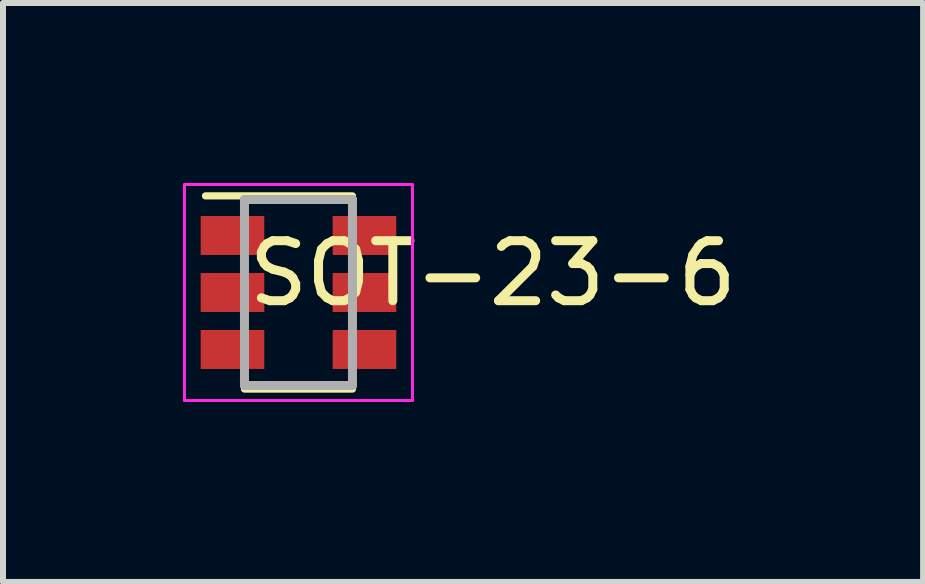
<source format=kicad_pcb>
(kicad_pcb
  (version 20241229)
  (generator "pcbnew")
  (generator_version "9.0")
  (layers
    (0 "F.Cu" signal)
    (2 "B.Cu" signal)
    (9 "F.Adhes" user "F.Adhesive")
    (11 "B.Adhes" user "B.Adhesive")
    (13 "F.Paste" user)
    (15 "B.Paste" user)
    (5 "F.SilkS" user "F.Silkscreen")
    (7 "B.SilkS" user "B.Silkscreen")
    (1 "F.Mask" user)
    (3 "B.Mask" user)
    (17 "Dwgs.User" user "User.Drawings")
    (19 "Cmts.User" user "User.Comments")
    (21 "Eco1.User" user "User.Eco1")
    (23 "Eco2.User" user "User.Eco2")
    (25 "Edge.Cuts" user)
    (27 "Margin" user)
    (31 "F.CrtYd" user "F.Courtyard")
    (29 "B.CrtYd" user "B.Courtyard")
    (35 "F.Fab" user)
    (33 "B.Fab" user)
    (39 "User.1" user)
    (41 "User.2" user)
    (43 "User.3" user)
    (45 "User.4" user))
  (footprint "SOT-23-6"
    (layer "F.Cu")
    (at 1.925 1.825)
    (property "Reference" "SOT-23-6" (at 3.239 -0.318 0) (layer "F.SilkS") (effects (font (size 1 1) (thickness 0.15))))
    (attr smd)
    (fp_line (start -0.9 1.61) (end 0.9 1.61) (stroke (width 0.12) (type solid)) (layer "F.SilkS"))
    (fp_line (start 0.9 -1.61) (end -1.55 -1.61) (stroke (width 0.12) (type solid)) (layer "F.SilkS"))
    (fp_line (start -1.9 -1.8) (end -1.9 1.8) (stroke (width 0.05) (type solid)) (layer "F.CrtYd"))
    (fp_line (start -1.9 1.8) (end 1.9 1.8) (stroke (width 0.05) (type solid)) (layer "F.CrtYd"))
    (fp_line (start 1.9 -1.8) (end -1.9 -1.8) (stroke (width 0.05) (type solid)) (layer "F.CrtYd"))
    (fp_line (start 1.9 1.8) (end 1.9 -1.8) (stroke (width 0.05) (type solid)) (layer "F.CrtYd"))
    (fp_line (start -0.9 -1.55) (end -0.9 1.55) (stroke (width 0.15) (type solid)) (layer "F.Fab"))
    (fp_line (start 0.9 -1.55) (end -0.9 -1.55) (stroke (width 0.15) (type solid)) (layer "F.Fab"))
    (fp_line (start 0.9 -1.55) (end 0.9 1.55) (stroke (width 0.15) (type solid)) (layer "F.Fab"))
    (fp_line (start 0.9 1.55) (end -0.9 1.55) (stroke (width 0.15) (type solid)) (layer "F.Fab"))
    (pad "1" smd rect (at -1.1 -0.95) (size 1.06 0.65) (layers "F.Cu" "F.Mask" "F.Paste"))
    (pad "1" smd rect (at -1.1 0) (size 1.06 0.65) (layers "F.Cu" "F.Mask" "F.Paste"))
    (pad "1" smd rect (at 1.1 -0.95) (size 1.06 0.65) (layers "F.Cu" "F.Mask" "F.Paste"))
    (pad "1" smd rect (at 1.1 0) (size 1.06 0.65) (layers "F.Cu" "F.Mask" "F.Paste"))
    (pad "2" smd rect (at -1.1 0.95) (size 1.06 0.65) (layers "F.Cu" "F.Mask" "F.Paste"))
    (pad "3" smd rect (at 1.1 0.95) (size 1.06 0.65) (layers "F.Cu" "F.Mask" "F.Paste")))
  (gr_rect
    (start -3 -3)
    (end 12.336 6.65)
    (stroke (width 0.1) (type default))
    (fill no)
    (layer "Edge.Cuts")))
</source>
